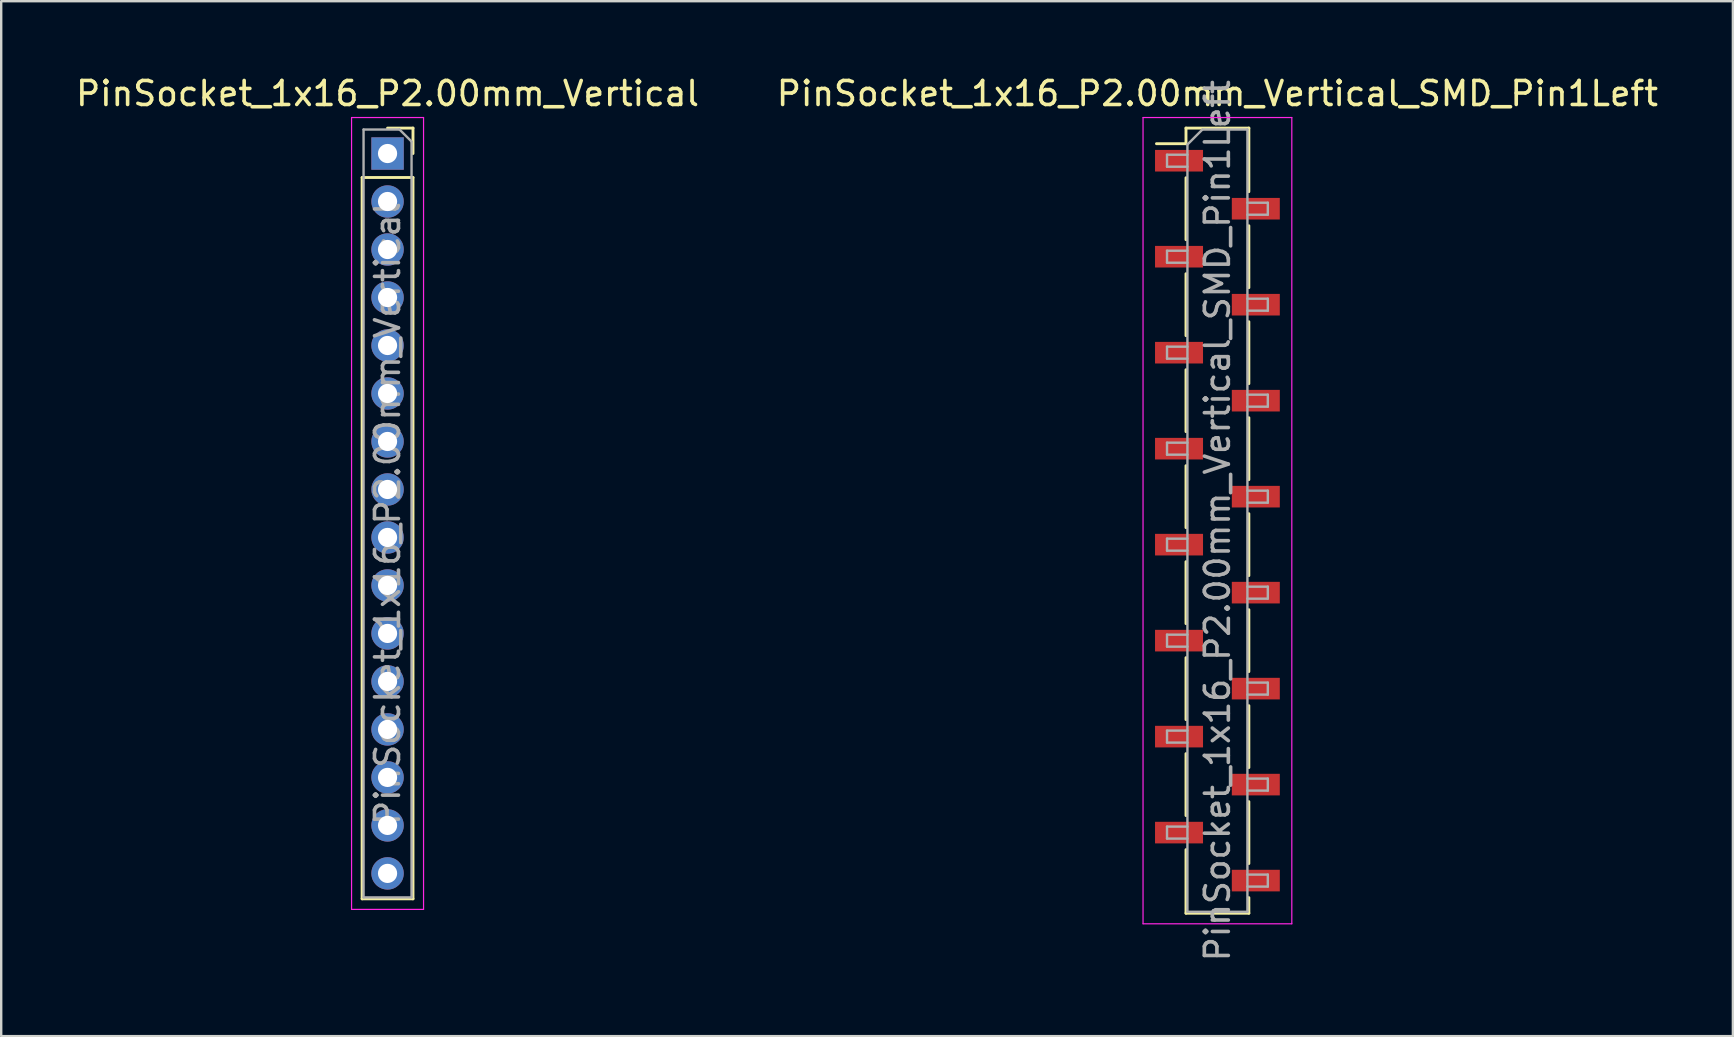
<source format=kicad_pcb>
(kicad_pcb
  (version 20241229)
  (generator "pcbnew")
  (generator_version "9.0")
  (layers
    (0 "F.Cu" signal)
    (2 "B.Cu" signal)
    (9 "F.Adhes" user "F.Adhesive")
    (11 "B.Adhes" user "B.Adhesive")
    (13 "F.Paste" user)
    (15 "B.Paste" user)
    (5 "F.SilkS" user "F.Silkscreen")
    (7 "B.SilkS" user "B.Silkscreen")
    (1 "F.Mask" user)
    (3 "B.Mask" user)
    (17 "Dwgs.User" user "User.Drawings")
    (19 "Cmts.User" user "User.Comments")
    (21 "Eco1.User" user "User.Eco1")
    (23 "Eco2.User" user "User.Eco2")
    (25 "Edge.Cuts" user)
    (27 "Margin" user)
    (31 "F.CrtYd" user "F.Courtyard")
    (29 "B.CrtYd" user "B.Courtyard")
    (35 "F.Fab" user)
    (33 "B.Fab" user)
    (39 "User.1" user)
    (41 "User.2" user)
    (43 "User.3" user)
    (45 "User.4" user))
  (footprint "PinSocket_1x16_P2.00mm_Vertical_SMD_Pin1Left"
    (layer "F.Cu")
    (at 47.685 18.648)
    (property "Reference" "PinSocket_1x16_P2.00mm_Vertical_SMD_Pin1Left" (at 0 -17.8 0) (layer "F.SilkS") (effects (font (size 1 1) (thickness 0.15))))
    (attr smd)
    (fp_line (start -2.54 -15.71) (end -1.31 -15.71) (stroke (width 0.12) (type solid)) (layer "F.SilkS"))
    (fp_line (start -1.31 -16.36) (end -1.31 -15.71) (stroke (width 0.12) (type solid)) (layer "F.SilkS"))
    (fp_line (start -1.31 -16.36) (end 1.31 -16.36) (stroke (width 0.12) (type solid)) (layer "F.SilkS"))
    (fp_line (start -1.31 -14.29) (end -1.31 -11.71) (stroke (width 0.12) (type solid)) (layer "F.SilkS"))
    (fp_line (start -1.31 -10.29) (end -1.31 -7.71) (stroke (width 0.12) (type solid)) (layer "F.SilkS"))
    (fp_line (start -1.31 -6.29) (end -1.31 -3.71) (stroke (width 0.12) (type solid)) (layer "F.SilkS"))
    (fp_line (start -1.31 -2.29) (end -1.31 0.29) (stroke (width 0.12) (type solid)) (layer "F.SilkS"))
    (fp_line (start -1.31 1.71) (end -1.31 4.29) (stroke (width 0.12) (type solid)) (layer "F.SilkS"))
    (fp_line (start -1.31 5.71) (end -1.31 8.29) (stroke (width 0.12) (type solid)) (layer "F.SilkS"))
    (fp_line (start -1.31 9.71) (end -1.31 12.29) (stroke (width 0.12) (type solid)) (layer "F.SilkS"))
    (fp_line (start -1.31 13.71) (end -1.31 16.36) (stroke (width 0.12) (type solid)) (layer "F.SilkS"))
    (fp_line (start -1.31 16.36) (end 1.31 16.36) (stroke (width 0.12) (type solid)) (layer "F.SilkS"))
    (fp_line (start 1.31 -16.36) (end 1.31 -13.71) (stroke (width 0.12) (type solid)) (layer "F.SilkS"))
    (fp_line (start 1.31 -12.29) (end 1.31 -9.71) (stroke (width 0.12) (type solid)) (layer "F.SilkS"))
    (fp_line (start 1.31 -8.29) (end 1.31 -5.71) (stroke (width 0.12) (type solid)) (layer "F.SilkS"))
    (fp_line (start 1.31 -4.29) (end 1.31 -1.71) (stroke (width 0.12) (type solid)) (layer "F.SilkS"))
    (fp_line (start 1.31 -0.29) (end 1.31 2.29) (stroke (width 0.12) (type solid)) (layer "F.SilkS"))
    (fp_line (start 1.31 3.71) (end 1.31 6.29) (stroke (width 0.12) (type solid)) (layer "F.SilkS"))
    (fp_line (start 1.31 7.71) (end 1.31 10.29) (stroke (width 0.12) (type solid)) (layer "F.SilkS"))
    (fp_line (start 1.31 11.71) (end 1.31 14.29) (stroke (width 0.12) (type solid)) (layer "F.SilkS"))
    (fp_line (start 1.31 15.71) (end 1.31 16.36) (stroke (width 0.12) (type solid)) (layer "F.SilkS"))
    (fp_line (start -3.1 -16.8) (end 3.1 -16.8) (stroke (width 0.05) (type solid)) (layer "F.CrtYd"))
    (fp_line (start -3.1 16.8) (end -3.1 -16.8) (stroke (width 0.05) (type solid)) (layer "F.CrtYd"))
    (fp_line (start 3.1 -16.8) (end 3.1 16.8) (stroke (width 0.05) (type solid)) (layer "F.CrtYd"))
    (fp_line (start 3.1 16.8) (end -3.1 16.8) (stroke (width 0.05) (type solid)) (layer "F.CrtYd"))
    (fp_line (start -2.1 -15.25) (end -1.25 -15.25) (stroke (width 0.1) (type solid)) (layer "F.Fab"))
    (fp_line (start -2.1 -14.75) (end -2.1 -15.25) (stroke (width 0.1) (type solid)) (layer "F.Fab"))
    (fp_line (start -2.1 -11.25) (end -1.25 -11.25) (stroke (width 0.1) (type solid)) (layer "F.Fab"))
    (fp_line (start -2.1 -10.75) (end -2.1 -11.25) (stroke (width 0.1) (type solid)) (layer "F.Fab"))
    (fp_line (start -2.1 -7.25) (end -1.25 -7.25) (stroke (width 0.1) (type solid)) (layer "F.Fab"))
    (fp_line (start -2.1 -6.75) (end -2.1 -7.25) (stroke (width 0.1) (type solid)) (layer "F.Fab"))
    (fp_line (start -2.1 -3.25) (end -1.25 -3.25) (stroke (width 0.1) (type solid)) (layer "F.Fab"))
    (fp_line (start -2.1 -2.75) (end -2.1 -3.25) (stroke (width 0.1) (type solid)) (layer "F.Fab"))
    (fp_line (start -2.1 0.75) (end -1.25 0.75) (stroke (width 0.1) (type solid)) (layer "F.Fab"))
    (fp_line (start -2.1 1.25) (end -2.1 0.75) (stroke (width 0.1) (type solid)) (layer "F.Fab"))
    (fp_line (start -2.1 4.75) (end -1.25 4.75) (stroke (width 0.1) (type solid)) (layer "F.Fab"))
    (fp_line (start -2.1 5.25) (end -2.1 4.75) (stroke (width 0.1) (type solid)) (layer "F.Fab"))
    (fp_line (start -2.1 8.75) (end -1.25 8.75) (stroke (width 0.1) (type solid)) (layer "F.Fab"))
    (fp_line (start -2.1 9.25) (end -2.1 8.75) (stroke (width 0.1) (type solid)) (layer "F.Fab"))
    (fp_line (start -2.1 12.75) (end -1.25 12.75) (stroke (width 0.1) (type solid)) (layer "F.Fab"))
    (fp_line (start -2.1 13.25) (end -2.1 12.75) (stroke (width 0.1) (type solid)) (layer "F.Fab"))
    (fp_line (start -1.25 -15.675) (end -0.625 -16.3) (stroke (width 0.1) (type solid)) (layer "F.Fab"))
    (fp_line (start -1.25 -14.75) (end -2.1 -14.75) (stroke (width 0.1) (type solid)) (layer "F.Fab"))
    (fp_line (start -1.25 -10.75) (end -2.1 -10.75) (stroke (width 0.1) (type solid)) (layer "F.Fab"))
    (fp_line (start -1.25 -6.75) (end -2.1 -6.75) (stroke (width 0.1) (type solid)) (layer "F.Fab"))
    (fp_line (start -1.25 -2.75) (end -2.1 -2.75) (stroke (width 0.1) (type solid)) (layer "F.Fab"))
    (fp_line (start -1.25 1.25) (end -2.1 1.25) (stroke (width 0.1) (type solid)) (layer "F.Fab"))
    (fp_line (start -1.25 5.25) (end -2.1 5.25) (stroke (width 0.1) (type solid)) (layer "F.Fab"))
    (fp_line (start -1.25 9.25) (end -2.1 9.25) (stroke (width 0.1) (type solid)) (layer "F.Fab"))
    (fp_line (start -1.25 13.25) (end -2.1 13.25) (stroke (width 0.1) (type solid)) (layer "F.Fab"))
    (fp_line (start -1.25 16.3) (end -1.25 -15.675) (stroke (width 0.1) (type solid)) (layer "F.Fab"))
    (fp_line (start -0.625 -16.3) (end 1.25 -16.3) (stroke (width 0.1) (type solid)) (layer "F.Fab"))
    (fp_line (start 1.25 -16.3) (end 1.25 16.3) (stroke (width 0.1) (type solid)) (layer "F.Fab"))
    (fp_line (start 1.25 -13.25) (end 2.1 -13.25) (stroke (width 0.1) (type solid)) (layer "F.Fab"))
    (fp_line (start 1.25 -9.25) (end 2.1 -9.25) (stroke (width 0.1) (type solid)) (layer "F.Fab"))
    (fp_line (start 1.25 -5.25) (end 2.1 -5.25) (stroke (width 0.1) (type solid)) (layer "F.Fab"))
    (fp_line (start 1.25 -1.25) (end 2.1 -1.25) (stroke (width 0.1) (type solid)) (layer "F.Fab"))
    (fp_line (start 1.25 2.75) (end 2.1 2.75) (stroke (width 0.1) (type solid)) (layer "F.Fab"))
    (fp_line (start 1.25 6.75) (end 2.1 6.75) (stroke (width 0.1) (type solid)) (layer "F.Fab"))
    (fp_line (start 1.25 10.75) (end 2.1 10.75) (stroke (width 0.1) (type solid)) (layer "F.Fab"))
    (fp_line (start 1.25 14.75) (end 2.1 14.75) (stroke (width 0.1) (type solid)) (layer "F.Fab"))
    (fp_line (start 1.25 16.3) (end -1.25 16.3) (stroke (width 0.1) (type solid)) (layer "F.Fab"))
    (fp_line (start 2.1 -13.25) (end 2.1 -12.75) (stroke (width 0.1) (type solid)) (layer "F.Fab"))
    (fp_line (start 2.1 -12.75) (end 1.25 -12.75) (stroke (width 0.1) (type solid)) (layer "F.Fab"))
    (fp_line (start 2.1 -9.25) (end 2.1 -8.75) (stroke (width 0.1) (type solid)) (layer "F.Fab"))
    (fp_line (start 2.1 -8.75) (end 1.25 -8.75) (stroke (width 0.1) (type solid)) (layer "F.Fab"))
    (fp_line (start 2.1 -5.25) (end 2.1 -4.75) (stroke (width 0.1) (type solid)) (layer "F.Fab"))
    (fp_line (start 2.1 -4.75) (end 1.25 -4.75) (stroke (width 0.1) (type solid)) (layer "F.Fab"))
    (fp_line (start 2.1 -1.25) (end 2.1 -0.75) (stroke (width 0.1) (type solid)) (layer "F.Fab"))
    (fp_line (start 2.1 -0.75) (end 1.25 -0.75) (stroke (width 0.1) (type solid)) (layer "F.Fab"))
    (fp_line (start 2.1 2.75) (end 2.1 3.25) (stroke (width 0.1) (type solid)) (layer "F.Fab"))
    (fp_line (start 2.1 3.25) (end 1.25 3.25) (stroke (width 0.1) (type solid)) (layer "F.Fab"))
    (fp_line (start 2.1 6.75) (end 2.1 7.25) (stroke (width 0.1) (type solid)) (layer "F.Fab"))
    (fp_line (start 2.1 7.25) (end 1.25 7.25) (stroke (width 0.1) (type solid)) (layer "F.Fab"))
    (fp_line (start 2.1 10.75) (end 2.1 11.25) (stroke (width 0.1) (type solid)) (layer "F.Fab"))
    (fp_line (start 2.1 11.25) (end 1.25 11.25) (stroke (width 0.1) (type solid)) (layer "F.Fab"))
    (fp_line (start 2.1 14.75) (end 2.1 15.25) (stroke (width 0.1) (type solid)) (layer "F.Fab"))
    (fp_line (start 2.1 15.25) (end 1.25 15.25) (stroke (width 0.1) (type solid)) (layer "F.Fab"))
    (fp_text user "${REFERENCE}" (at 0 0 90) (layer "F.Fab") (effects (font (size 1 1) (thickness 0.15))))
    (pad "1" smd rect (at -1.6 -15) (size 2 0.9) (layers "F.Cu" "F.Mask" "F.Paste"))
    (pad "2" smd rect (at 1.6 -13) (size 2 0.9) (layers "F.Cu" "F.Mask" "F.Paste"))
    (pad "3" smd rect (at -1.6 -11) (size 2 0.9) (layers "F.Cu" "F.Mask" "F.Paste"))
    (pad "4" smd rect (at 1.6 -9) (size 2 0.9) (layers "F.Cu" "F.Mask" "F.Paste"))
    (pad "5" smd rect (at -1.6 -7) (size 2 0.9) (layers "F.Cu" "F.Mask" "F.Paste"))
    (pad "6" smd rect (at 1.6 -5) (size 2 0.9) (layers "F.Cu" "F.Mask" "F.Paste"))
    (pad "7" smd rect (at -1.6 -3) (size 2 0.9) (layers "F.Cu" "F.Mask" "F.Paste"))
    (pad "8" smd rect (at 1.6 -1) (size 2 0.9) (layers "F.Cu" "F.Mask" "F.Paste"))
    (pad "9" smd rect (at -1.6 1) (size 2 0.9) (layers "F.Cu" "F.Mask" "F.Paste"))
    (pad "10" smd rect (at 1.6 3) (size 2 0.9) (layers "F.Cu" "F.Mask" "F.Paste"))
    (pad "11" smd rect (at -1.6 5) (size 2 0.9) (layers "F.Cu" "F.Mask" "F.Paste"))
    (pad "12" smd rect (at 1.6 7) (size 2 0.9) (layers "F.Cu" "F.Mask" "F.Paste"))
    (pad "13" smd rect (at -1.6 9) (size 2 0.9) (layers "F.Cu" "F.Mask" "F.Paste"))
    (pad "14" smd rect (at 1.6 11) (size 2 0.9) (layers "F.Cu" "F.Mask" "F.Paste"))
    (pad "15" smd rect (at -1.6 13) (size 2 0.9) (layers "F.Cu" "F.Mask" "F.Paste"))
    (pad "16" smd rect (at 1.6 15) (size 2 0.9) (layers "F.Cu" "F.Mask" "F.Paste")))
  (footprint "PinSocket_1x16_P2.00mm_Vertical"
    (layer "F.Cu")
    (at 13.101 3.348)
    (property "Reference" "PinSocket_1x16_P2.00mm_Vertical" (at 0 -2.5 0) (layer "F.SilkS") (effects (font (size 1 1) (thickness 0.15))))
    (attr through_hole)
    (fp_line (start -1.06 1) (end -1.06 31.06) (stroke (width 0.12) (type solid)) (layer "F.SilkS"))
    (fp_line (start -1.06 1) (end 1.06 1) (stroke (width 0.12) (type solid)) (layer "F.SilkS"))
    (fp_line (start -1.06 31.06) (end 1.06 31.06) (stroke (width 0.12) (type solid)) (layer "F.SilkS"))
    (fp_line (start 0 -1.06) (end 1.06 -1.06) (stroke (width 0.12) (type solid)) (layer "F.SilkS"))
    (fp_line (start 1.06 -1.06) (end 1.06 0) (stroke (width 0.12) (type solid)) (layer "F.SilkS"))
    (fp_line (start 1.06 1) (end 1.06 31.06) (stroke (width 0.12) (type solid)) (layer "F.SilkS"))
    (fp_line (start -1.5 -1.5) (end 1.5 -1.5) (stroke (width 0.05) (type solid)) (layer "F.CrtYd"))
    (fp_line (start -1.5 31.5) (end -1.5 -1.5) (stroke (width 0.05) (type solid)) (layer "F.CrtYd"))
    (fp_line (start 1.5 -1.5) (end 1.5 31.5) (stroke (width 0.05) (type solid)) (layer "F.CrtYd"))
    (fp_line (start 1.5 31.5) (end -1.5 31.5) (stroke (width 0.05) (type solid)) (layer "F.CrtYd"))
    (fp_line (start -1 -1) (end 0.5 -1) (stroke (width 0.1) (type solid)) (layer "F.Fab"))
    (fp_line (start -1 31) (end -1 -1) (stroke (width 0.1) (type solid)) (layer "F.Fab"))
    (fp_line (start 0.5 -1) (end 1 -0.5) (stroke (width 0.1) (type solid)) (layer "F.Fab"))
    (fp_line (start 1 -0.5) (end 1 31) (stroke (width 0.1) (type solid)) (layer "F.Fab"))
    (fp_line (start 1 31) (end -1 31) (stroke (width 0.1) (type solid)) (layer "F.Fab"))
    (fp_text user "${REFERENCE}" (at 0 15 90) (layer "F.Fab") (effects (font (size 1 1) (thickness 0.15))))
    (pad "1" thru_hole rect (at 0 0) (size 1.35 1.35) (drill 0.8) (layers "*.Cu" "*.Mask"))
    (pad "2" thru_hole oval (at 0 2) (size 1.35 1.35) (drill 0.8) (layers "*.Cu" "*.Mask"))
    (pad "3" thru_hole oval (at 0 4) (size 1.35 1.35) (drill 0.8) (layers "*.Cu" "*.Mask"))
    (pad "4" thru_hole oval (at 0 6) (size 1.35 1.35) (drill 0.8) (layers "*.Cu" "*.Mask"))
    (pad "5" thru_hole oval (at 0 8) (size 1.35 1.35) (drill 0.8) (layers "*.Cu" "*.Mask"))
    (pad "6" thru_hole oval (at 0 10) (size 1.35 1.35) (drill 0.8) (layers "*.Cu" "*.Mask"))
    (pad "7" thru_hole oval (at 0 12) (size 1.35 1.35) (drill 0.8) (layers "*.Cu" "*.Mask"))
    (pad "8" thru_hole oval (at 0 14) (size 1.35 1.35) (drill 0.8) (layers "*.Cu" "*.Mask"))
    (pad "9" thru_hole oval (at 0 16) (size 1.35 1.35) (drill 0.8) (layers "*.Cu" "*.Mask"))
    (pad "10" thru_hole oval (at 0 18) (size 1.35 1.35) (drill 0.8) (layers "*.Cu" "*.Mask"))
    (pad "11" thru_hole oval (at 0 20) (size 1.35 1.35) (drill 0.8) (layers "*.Cu" "*.Mask"))
    (pad "12" thru_hole oval (at 0 22) (size 1.35 1.35) (drill 0.8) (layers "*.Cu" "*.Mask"))
    (pad "13" thru_hole oval (at 0 24) (size 1.35 1.35) (drill 0.8) (layers "*.Cu" "*.Mask"))
    (pad "14" thru_hole oval (at 0 26) (size 1.35 1.35) (drill 0.8) (layers "*.Cu" "*.Mask"))
    (pad "15" thru_hole oval (at 0 28) (size 1.35 1.35) (drill 0.8) (layers "*.Cu" "*.Mask"))
    (pad "16" thru_hole oval (at 0 30) (size 1.35 1.35) (drill 0.8) (layers "*.Cu" "*.Mask")))
  (gr_rect
    (start -3 -3)
    (end 69.167 40.13)
    (stroke (width 0.1) (type default))
    (fill no)
    (layer "Edge.Cuts")))
</source>
